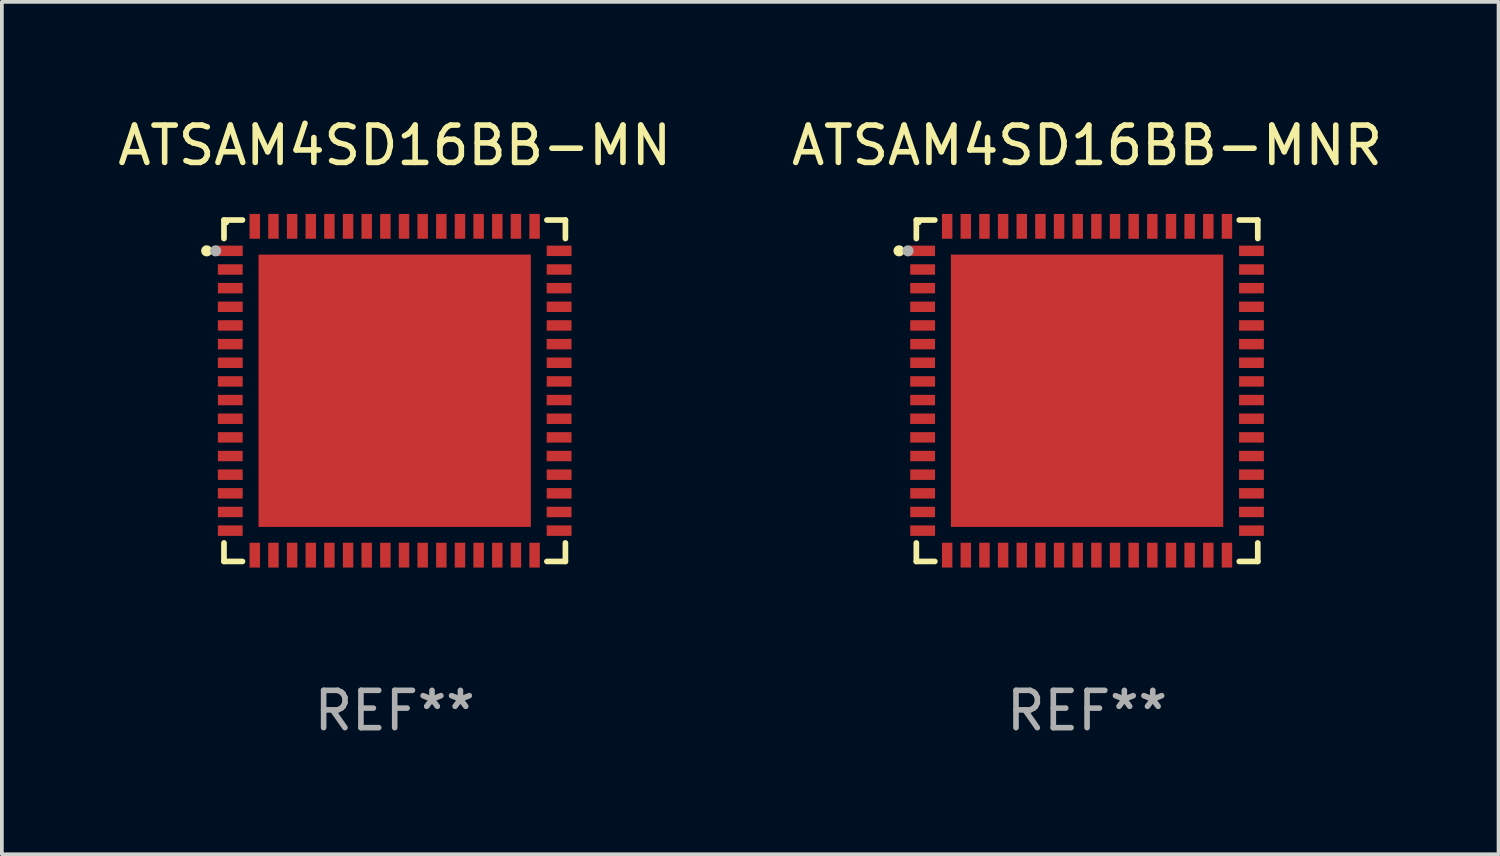
<source format=kicad_pcb>
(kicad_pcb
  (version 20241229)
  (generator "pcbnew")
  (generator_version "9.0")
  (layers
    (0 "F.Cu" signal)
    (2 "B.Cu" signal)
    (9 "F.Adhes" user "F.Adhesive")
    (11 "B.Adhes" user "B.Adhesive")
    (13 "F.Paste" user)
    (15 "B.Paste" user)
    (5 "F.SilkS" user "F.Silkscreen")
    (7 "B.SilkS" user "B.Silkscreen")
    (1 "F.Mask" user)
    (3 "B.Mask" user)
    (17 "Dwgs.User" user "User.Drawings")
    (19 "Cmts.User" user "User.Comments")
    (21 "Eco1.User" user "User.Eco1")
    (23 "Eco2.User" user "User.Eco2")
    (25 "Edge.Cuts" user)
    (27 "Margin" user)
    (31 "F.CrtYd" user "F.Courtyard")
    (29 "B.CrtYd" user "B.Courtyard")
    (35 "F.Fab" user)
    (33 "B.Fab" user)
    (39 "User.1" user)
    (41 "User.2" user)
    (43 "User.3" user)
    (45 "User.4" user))
  (footprint "ATSAM4SD16BB-MN"
    (layer "F.Cu")
    (at 7.53 7.424)
    (property "Reference" "ATSAM4SD16BB-MN" (at 0 -6.576 0) (layer "F.SilkS") (effects (font (size 1 1) (thickness 0.15))))
    (attr through_hole)
    (fp_line (start -4.576 -4.576) (end -4.576 -4.08) (stroke (width 0.152) (type solid)) (layer "F.SilkS"))
    (fp_line (start -4.576 4.576) (end -4.576 4.08) (stroke (width 0.152) (type solid)) (layer "F.SilkS"))
    (fp_line (start -4.08 -4.576) (end -4.576 -4.576) (stroke (width 0.152) (type solid)) (layer "F.SilkS"))
    (fp_line (start -4.08 4.576) (end -4.576 4.576) (stroke (width 0.152) (type solid)) (layer "F.SilkS"))
    (fp_line (start 4.08 -4.576) (end 4.576 -4.576) (stroke (width 0.152) (type solid)) (layer "F.SilkS"))
    (fp_line (start 4.08 4.576) (end 4.576 4.576) (stroke (width 0.152) (type solid)) (layer "F.SilkS"))
    (fp_line (start 4.576 -4.576) (end 4.576 -4.08) (stroke (width 0.152) (type solid)) (layer "F.SilkS"))
    (fp_line (start 4.576 4.576) (end 4.576 4.08) (stroke (width 0.152) (type solid)) (layer "F.SilkS"))
    (fp_circle (center -5.04 -3.75) (end -4.965 -3.75) (stroke (width 0.15) (type solid)) (fill no) (layer "F.SilkS"))
    (fp_circle (center -4.5 -4.5) (end -4.47 -4.5) (stroke (width 0.06) (type solid)) (fill no) (layer "F.SilkS"))
    (fp_circle (center -4.8 -3.75) (end -4.725 -3.75) (stroke (width 0.15) (type solid)) (fill no) (layer "F.Fab"))
    (fp_text user "REF**" (at 0 8.576 0) (layer "F.Fab") (effects (font (size 1 1) (thickness 0.15))))
    (pad "1" smd rect (at -4.407 -3.75) (size 0.665 0.28) (layers "F.Cu" "F.Mask" "F.Paste"))
    (pad "2" smd rect (at -4.407 -3.25) (size 0.665 0.28) (layers "F.Cu" "F.Mask" "F.Paste"))
    (pad "3" smd rect (at -4.407 -2.75) (size 0.665 0.28) (layers "F.Cu" "F.Mask" "F.Paste"))
    (pad "4" smd rect (at -4.407 -2.25) (size 0.665 0.28) (layers "F.Cu" "F.Mask" "F.Paste"))
    (pad "5" smd rect (at -4.407 -1.75) (size 0.665 0.28) (layers "F.Cu" "F.Mask" "F.Paste"))
    (pad "6" smd rect (at -4.407 -1.25) (size 0.665 0.28) (layers "F.Cu" "F.Mask" "F.Paste"))
    (pad "7" smd rect (at -4.407 -0.75) (size 0.665 0.28) (layers "F.Cu" "F.Mask" "F.Paste"))
    (pad "8" smd rect (at -4.407 -0.25) (size 0.665 0.28) (layers "F.Cu" "F.Mask" "F.Paste"))
    (pad "9" smd rect (at -4.407 0.25) (size 0.665 0.28) (layers "F.Cu" "F.Mask" "F.Paste"))
    (pad "10" smd rect (at -4.407 0.75) (size 0.665 0.28) (layers "F.Cu" "F.Mask" "F.Paste"))
    (pad "11" smd rect (at -4.407 1.25) (size 0.665 0.28) (layers "F.Cu" "F.Mask" "F.Paste"))
    (pad "12" smd rect (at -4.407 1.75) (size 0.665 0.28) (layers "F.Cu" "F.Mask" "F.Paste"))
    (pad "13" smd rect (at -4.407 2.25) (size 0.665 0.28) (layers "F.Cu" "F.Mask" "F.Paste"))
    (pad "14" smd rect (at -4.407 2.75) (size 0.665 0.28) (layers "F.Cu" "F.Mask" "F.Paste"))
    (pad "15" smd rect (at -4.407 3.25) (size 0.665 0.28) (layers "F.Cu" "F.Mask" "F.Paste"))
    (pad "16" smd rect (at -4.407 3.75) (size 0.665 0.28) (layers "F.Cu" "F.Mask" "F.Paste"))
    (pad "17" smd rect (at -3.75 4.407) (size 0.28 0.665) (layers "F.Cu" "F.Mask" "F.Paste"))
    (pad "18" smd rect (at -3.25 4.407) (size 0.28 0.665) (layers "F.Cu" "F.Mask" "F.Paste"))
    (pad "19" smd rect (at -2.75 4.407) (size 0.28 0.665) (layers "F.Cu" "F.Mask" "F.Paste"))
    (pad "20" smd rect (at -2.25 4.407) (size 0.28 0.665) (layers "F.Cu" "F.Mask" "F.Paste"))
    (pad "21" smd rect (at -1.75 4.407) (size 0.28 0.665) (layers "F.Cu" "F.Mask" "F.Paste"))
    (pad "22" smd rect (at -1.25 4.407) (size 0.28 0.665) (layers "F.Cu" "F.Mask" "F.Paste"))
    (pad "23" smd rect (at -0.75 4.407) (size 0.28 0.665) (layers "F.Cu" "F.Mask" "F.Paste"))
    (pad "24" smd rect (at -0.25 4.407) (size 0.28 0.665) (layers "F.Cu" "F.Mask" "F.Paste"))
    (pad "25" smd rect (at 0.25 4.407) (size 0.28 0.665) (layers "F.Cu" "F.Mask" "F.Paste"))
    (pad "26" smd rect (at 0.75 4.407) (size 0.28 0.665) (layers "F.Cu" "F.Mask" "F.Paste"))
    (pad "27" smd rect (at 1.25 4.407) (size 0.28 0.665) (layers "F.Cu" "F.Mask" "F.Paste"))
    (pad "28" smd rect (at 1.75 4.407) (size 0.28 0.665) (layers "F.Cu" "F.Mask" "F.Paste"))
    (pad "29" smd rect (at 2.25 4.407) (size 0.28 0.665) (layers "F.Cu" "F.Mask" "F.Paste"))
    (pad "30" smd rect (at 2.75 4.407) (size 0.28 0.665) (layers "F.Cu" "F.Mask" "F.Paste"))
    (pad "31" smd rect (at 3.25 4.407) (size 0.28 0.665) (layers "F.Cu" "F.Mask" "F.Paste"))
    (pad "32" smd rect (at 3.75 4.407) (size 0.28 0.665) (layers "F.Cu" "F.Mask" "F.Paste"))
    (pad "33" smd rect (at 4.407 3.75) (size 0.665 0.28) (layers "F.Cu" "F.Mask" "F.Paste"))
    (pad "34" smd rect (at 4.407 3.25) (size 0.665 0.28) (layers "F.Cu" "F.Mask" "F.Paste"))
    (pad "35" smd rect (at 4.407 2.75) (size 0.665 0.28) (layers "F.Cu" "F.Mask" "F.Paste"))
    (pad "36" smd rect (at 4.407 2.25) (size 0.665 0.28) (layers "F.Cu" "F.Mask" "F.Paste"))
    (pad "37" smd rect (at 4.407 1.75) (size 0.665 0.28) (layers "F.Cu" "F.Mask" "F.Paste"))
    (pad "38" smd rect (at 4.407 1.25) (size 0.665 0.28) (layers "F.Cu" "F.Mask" "F.Paste"))
    (pad "39" smd rect (at 4.407 0.75) (size 0.665 0.28) (layers "F.Cu" "F.Mask" "F.Paste"))
    (pad "40" smd rect (at 4.407 0.25) (size 0.665 0.28) (layers "F.Cu" "F.Mask" "F.Paste"))
    (pad "41" smd rect (at 4.407 -0.25) (size 0.665 0.28) (layers "F.Cu" "F.Mask" "F.Paste"))
    (pad "42" smd rect (at 4.407 -0.75) (size 0.665 0.28) (layers "F.Cu" "F.Mask" "F.Paste"))
    (pad "43" smd rect (at 4.407 -1.25) (size 0.665 0.28) (layers "F.Cu" "F.Mask" "F.Paste"))
    (pad "44" smd rect (at 4.407 -1.75) (size 0.665 0.28) (layers "F.Cu" "F.Mask" "F.Paste"))
    (pad "45" smd rect (at 4.407 -2.25) (size 0.665 0.28) (layers "F.Cu" "F.Mask" "F.Paste"))
    (pad "46" smd rect (at 4.407 -2.75) (size 0.665 0.28) (layers "F.Cu" "F.Mask" "F.Paste"))
    (pad "47" smd rect (at 4.407 -3.25) (size 0.665 0.28) (layers "F.Cu" "F.Mask" "F.Paste"))
    (pad "48" smd rect (at 4.407 -3.75) (size 0.665 0.28) (layers "F.Cu" "F.Mask" "F.Paste"))
    (pad "49" smd rect (at 3.75 -4.407) (size 0.28 0.665) (layers "F.Cu" "F.Mask" "F.Paste"))
    (pad "50" smd rect (at 3.25 -4.407) (size 0.28 0.665) (layers "F.Cu" "F.Mask" "F.Paste"))
    (pad "51" smd rect (at 2.75 -4.407) (size 0.28 0.665) (layers "F.Cu" "F.Mask" "F.Paste"))
    (pad "52" smd rect (at 2.25 -4.407) (size 0.28 0.665) (layers "F.Cu" "F.Mask" "F.Paste"))
    (pad "53" smd rect (at 1.75 -4.407) (size 0.28 0.665) (layers "F.Cu" "F.Mask" "F.Paste"))
    (pad "54" smd rect (at 1.25 -4.407) (size 0.28 0.665) (layers "F.Cu" "F.Mask" "F.Paste"))
    (pad "55" smd rect (at 0.75 -4.407) (size 0.28 0.665) (layers "F.Cu" "F.Mask" "F.Paste"))
    (pad "56" smd rect (at 0.25 -4.407) (size 0.28 0.665) (layers "F.Cu" "F.Mask" "F.Paste"))
    (pad "57" smd rect (at -0.25 -4.407) (size 0.28 0.665) (layers "F.Cu" "F.Mask" "F.Paste"))
    (pad "58" smd rect (at -0.75 -4.407) (size 0.28 0.665) (layers "F.Cu" "F.Mask" "F.Paste"))
    (pad "59" smd rect (at -1.25 -4.407) (size 0.28 0.665) (layers "F.Cu" "F.Mask" "F.Paste"))
    (pad "60" smd rect (at -1.75 -4.407) (size 0.28 0.665) (layers "F.Cu" "F.Mask" "F.Paste"))
    (pad "61" smd rect (at -2.25 -4.407) (size 0.28 0.665) (layers "F.Cu" "F.Mask" "F.Paste"))
    (pad "62" smd rect (at -2.75 -4.407) (size 0.28 0.665) (layers "F.Cu" "F.Mask" "F.Paste"))
    (pad "63" smd rect (at -3.25 -4.407) (size 0.28 0.665) (layers "F.Cu" "F.Mask" "F.Paste"))
    (pad "64" smd rect (at -3.75 -4.407) (size 0.28 0.665) (layers "F.Cu" "F.Mask" "F.Paste"))
    (pad "65" smd rect (at 0 0) (size 7.3 7.3) (layers "F.Cu" "F.Mask" "F.Paste")))
  (footprint "ATSAM4SD16BB-MNR"
    (layer "F.Cu")
    (at 26.089 7.424)
    (property "Reference" "ATSAM4SD16BB-MNR" (at 0 -6.576 0) (layer "F.SilkS") (effects (font (size 1 1) (thickness 0.15))))
    (attr through_hole)
    (fp_line (start -4.576 -4.576) (end -4.576 -4.08) (stroke (width 0.152) (type solid)) (layer "F.SilkS"))
    (fp_line (start -4.576 4.576) (end -4.576 4.08) (stroke (width 0.152) (type solid)) (layer "F.SilkS"))
    (fp_line (start -4.08 -4.576) (end -4.576 -4.576) (stroke (width 0.152) (type solid)) (layer "F.SilkS"))
    (fp_line (start -4.08 4.576) (end -4.576 4.576) (stroke (width 0.152) (type solid)) (layer "F.SilkS"))
    (fp_line (start 4.08 -4.576) (end 4.576 -4.576) (stroke (width 0.152) (type solid)) (layer "F.SilkS"))
    (fp_line (start 4.08 4.576) (end 4.576 4.576) (stroke (width 0.152) (type solid)) (layer "F.SilkS"))
    (fp_line (start 4.576 -4.576) (end 4.576 -4.08) (stroke (width 0.152) (type solid)) (layer "F.SilkS"))
    (fp_line (start 4.576 4.576) (end 4.576 4.08) (stroke (width 0.152) (type solid)) (layer "F.SilkS"))
    (fp_circle (center -5.04 -3.75) (end -4.965 -3.75) (stroke (width 0.15) (type solid)) (fill no) (layer "F.SilkS"))
    (fp_circle (center -4.5 -4.5) (end -4.47 -4.5) (stroke (width 0.06) (type solid)) (fill no) (layer "F.SilkS"))
    (fp_circle (center -4.8 -3.75) (end -4.725 -3.75) (stroke (width 0.15) (type solid)) (fill no) (layer "F.Fab"))
    (fp_text user "REF**" (at 0 8.576 0) (layer "F.Fab") (effects (font (size 1 1) (thickness 0.15))))
    (pad "1" smd rect (at -4.407 -3.75) (size 0.665 0.28) (layers "F.Cu" "F.Mask" "F.Paste"))
    (pad "2" smd rect (at -4.407 -3.25) (size 0.665 0.28) (layers "F.Cu" "F.Mask" "F.Paste"))
    (pad "3" smd rect (at -4.407 -2.75) (size 0.665 0.28) (layers "F.Cu" "F.Mask" "F.Paste"))
    (pad "4" smd rect (at -4.407 -2.25) (size 0.665 0.28) (layers "F.Cu" "F.Mask" "F.Paste"))
    (pad "5" smd rect (at -4.407 -1.75) (size 0.665 0.28) (layers "F.Cu" "F.Mask" "F.Paste"))
    (pad "6" smd rect (at -4.407 -1.25) (size 0.665 0.28) (layers "F.Cu" "F.Mask" "F.Paste"))
    (pad "7" smd rect (at -4.407 -0.75) (size 0.665 0.28) (layers "F.Cu" "F.Mask" "F.Paste"))
    (pad "8" smd rect (at -4.407 -0.25) (size 0.665 0.28) (layers "F.Cu" "F.Mask" "F.Paste"))
    (pad "9" smd rect (at -4.407 0.25) (size 0.665 0.28) (layers "F.Cu" "F.Mask" "F.Paste"))
    (pad "10" smd rect (at -4.407 0.75) (size 0.665 0.28) (layers "F.Cu" "F.Mask" "F.Paste"))
    (pad "11" smd rect (at -4.407 1.25) (size 0.665 0.28) (layers "F.Cu" "F.Mask" "F.Paste"))
    (pad "12" smd rect (at -4.407 1.75) (size 0.665 0.28) (layers "F.Cu" "F.Mask" "F.Paste"))
    (pad "13" smd rect (at -4.407 2.25) (size 0.665 0.28) (layers "F.Cu" "F.Mask" "F.Paste"))
    (pad "14" smd rect (at -4.407 2.75) (size 0.665 0.28) (layers "F.Cu" "F.Mask" "F.Paste"))
    (pad "15" smd rect (at -4.407 3.25) (size 0.665 0.28) (layers "F.Cu" "F.Mask" "F.Paste"))
    (pad "16" smd rect (at -4.407 3.75) (size 0.665 0.28) (layers "F.Cu" "F.Mask" "F.Paste"))
    (pad "17" smd rect (at -3.75 4.407) (size 0.28 0.665) (layers "F.Cu" "F.Mask" "F.Paste"))
    (pad "18" smd rect (at -3.25 4.407) (size 0.28 0.665) (layers "F.Cu" "F.Mask" "F.Paste"))
    (pad "19" smd rect (at -2.75 4.407) (size 0.28 0.665) (layers "F.Cu" "F.Mask" "F.Paste"))
    (pad "20" smd rect (at -2.25 4.407) (size 0.28 0.665) (layers "F.Cu" "F.Mask" "F.Paste"))
    (pad "21" smd rect (at -1.75 4.407) (size 0.28 0.665) (layers "F.Cu" "F.Mask" "F.Paste"))
    (pad "22" smd rect (at -1.25 4.407) (size 0.28 0.665) (layers "F.Cu" "F.Mask" "F.Paste"))
    (pad "23" smd rect (at -0.75 4.407) (size 0.28 0.665) (layers "F.Cu" "F.Mask" "F.Paste"))
    (pad "24" smd rect (at -0.25 4.407) (size 0.28 0.665) (layers "F.Cu" "F.Mask" "F.Paste"))
    (pad "25" smd rect (at 0.25 4.407) (size 0.28 0.665) (layers "F.Cu" "F.Mask" "F.Paste"))
    (pad "26" smd rect (at 0.75 4.407) (size 0.28 0.665) (layers "F.Cu" "F.Mask" "F.Paste"))
    (pad "27" smd rect (at 1.25 4.407) (size 0.28 0.665) (layers "F.Cu" "F.Mask" "F.Paste"))
    (pad "28" smd rect (at 1.75 4.407) (size 0.28 0.665) (layers "F.Cu" "F.Mask" "F.Paste"))
    (pad "29" smd rect (at 2.25 4.407) (size 0.28 0.665) (layers "F.Cu" "F.Mask" "F.Paste"))
    (pad "30" smd rect (at 2.75 4.407) (size 0.28 0.665) (layers "F.Cu" "F.Mask" "F.Paste"))
    (pad "31" smd rect (at 3.25 4.407) (size 0.28 0.665) (layers "F.Cu" "F.Mask" "F.Paste"))
    (pad "32" smd rect (at 3.75 4.407) (size 0.28 0.665) (layers "F.Cu" "F.Mask" "F.Paste"))
    (pad "33" smd rect (at 4.407 3.75) (size 0.665 0.28) (layers "F.Cu" "F.Mask" "F.Paste"))
    (pad "34" smd rect (at 4.407 3.25) (size 0.665 0.28) (layers "F.Cu" "F.Mask" "F.Paste"))
    (pad "35" smd rect (at 4.407 2.75) (size 0.665 0.28) (layers "F.Cu" "F.Mask" "F.Paste"))
    (pad "36" smd rect (at 4.407 2.25) (size 0.665 0.28) (layers "F.Cu" "F.Mask" "F.Paste"))
    (pad "37" smd rect (at 4.407 1.75) (size 0.665 0.28) (layers "F.Cu" "F.Mask" "F.Paste"))
    (pad "38" smd rect (at 4.407 1.25) (size 0.665 0.28) (layers "F.Cu" "F.Mask" "F.Paste"))
    (pad "39" smd rect (at 4.407 0.75) (size 0.665 0.28) (layers "F.Cu" "F.Mask" "F.Paste"))
    (pad "40" smd rect (at 4.407 0.25) (size 0.665 0.28) (layers "F.Cu" "F.Mask" "F.Paste"))
    (pad "41" smd rect (at 4.407 -0.25) (size 0.665 0.28) (layers "F.Cu" "F.Mask" "F.Paste"))
    (pad "42" smd rect (at 4.407 -0.75) (size 0.665 0.28) (layers "F.Cu" "F.Mask" "F.Paste"))
    (pad "43" smd rect (at 4.407 -1.25) (size 0.665 0.28) (layers "F.Cu" "F.Mask" "F.Paste"))
    (pad "44" smd rect (at 4.407 -1.75) (size 0.665 0.28) (layers "F.Cu" "F.Mask" "F.Paste"))
    (pad "45" smd rect (at 4.407 -2.25) (size 0.665 0.28) (layers "F.Cu" "F.Mask" "F.Paste"))
    (pad "46" smd rect (at 4.407 -2.75) (size 0.665 0.28) (layers "F.Cu" "F.Mask" "F.Paste"))
    (pad "47" smd rect (at 4.407 -3.25) (size 0.665 0.28) (layers "F.Cu" "F.Mask" "F.Paste"))
    (pad "48" smd rect (at 4.407 -3.75) (size 0.665 0.28) (layers "F.Cu" "F.Mask" "F.Paste"))
    (pad "49" smd rect (at 3.75 -4.407) (size 0.28 0.665) (layers "F.Cu" "F.Mask" "F.Paste"))
    (pad "50" smd rect (at 3.25 -4.407) (size 0.28 0.665) (layers "F.Cu" "F.Mask" "F.Paste"))
    (pad "51" smd rect (at 2.75 -4.407) (size 0.28 0.665) (layers "F.Cu" "F.Mask" "F.Paste"))
    (pad "52" smd rect (at 2.25 -4.407) (size 0.28 0.665) (layers "F.Cu" "F.Mask" "F.Paste"))
    (pad "53" smd rect (at 1.75 -4.407) (size 0.28 0.665) (layers "F.Cu" "F.Mask" "F.Paste"))
    (pad "54" smd rect (at 1.25 -4.407) (size 0.28 0.665) (layers "F.Cu" "F.Mask" "F.Paste"))
    (pad "55" smd rect (at 0.75 -4.407) (size 0.28 0.665) (layers "F.Cu" "F.Mask" "F.Paste"))
    (pad "56" smd rect (at 0.25 -4.407) (size 0.28 0.665) (layers "F.Cu" "F.Mask" "F.Paste"))
    (pad "57" smd rect (at -0.25 -4.407) (size 0.28 0.665) (layers "F.Cu" "F.Mask" "F.Paste"))
    (pad "58" smd rect (at -0.75 -4.407) (size 0.28 0.665) (layers "F.Cu" "F.Mask" "F.Paste"))
    (pad "59" smd rect (at -1.25 -4.407) (size 0.28 0.665) (layers "F.Cu" "F.Mask" "F.Paste"))
    (pad "60" smd rect (at -1.75 -4.407) (size 0.28 0.665) (layers "F.Cu" "F.Mask" "F.Paste"))
    (pad "61" smd rect (at -2.25 -4.407) (size 0.28 0.665) (layers "F.Cu" "F.Mask" "F.Paste"))
    (pad "62" smd rect (at -2.75 -4.407) (size 0.28 0.665) (layers "F.Cu" "F.Mask" "F.Paste"))
    (pad "63" smd rect (at -3.25 -4.407) (size 0.28 0.665) (layers "F.Cu" "F.Mask" "F.Paste"))
    (pad "64" smd rect (at -3.75 -4.407) (size 0.28 0.665) (layers "F.Cu" "F.Mask" "F.Paste"))
    (pad "65" smd rect (at 0 0) (size 7.3 7.3) (layers "F.Cu" "F.Mask" "F.Paste")))
  (gr_rect
    (start -3 -3)
    (end 37.119 19.849)
    (stroke (width 0.1) (type default))
    (fill no)
    (layer "Edge.Cuts")))
</source>
